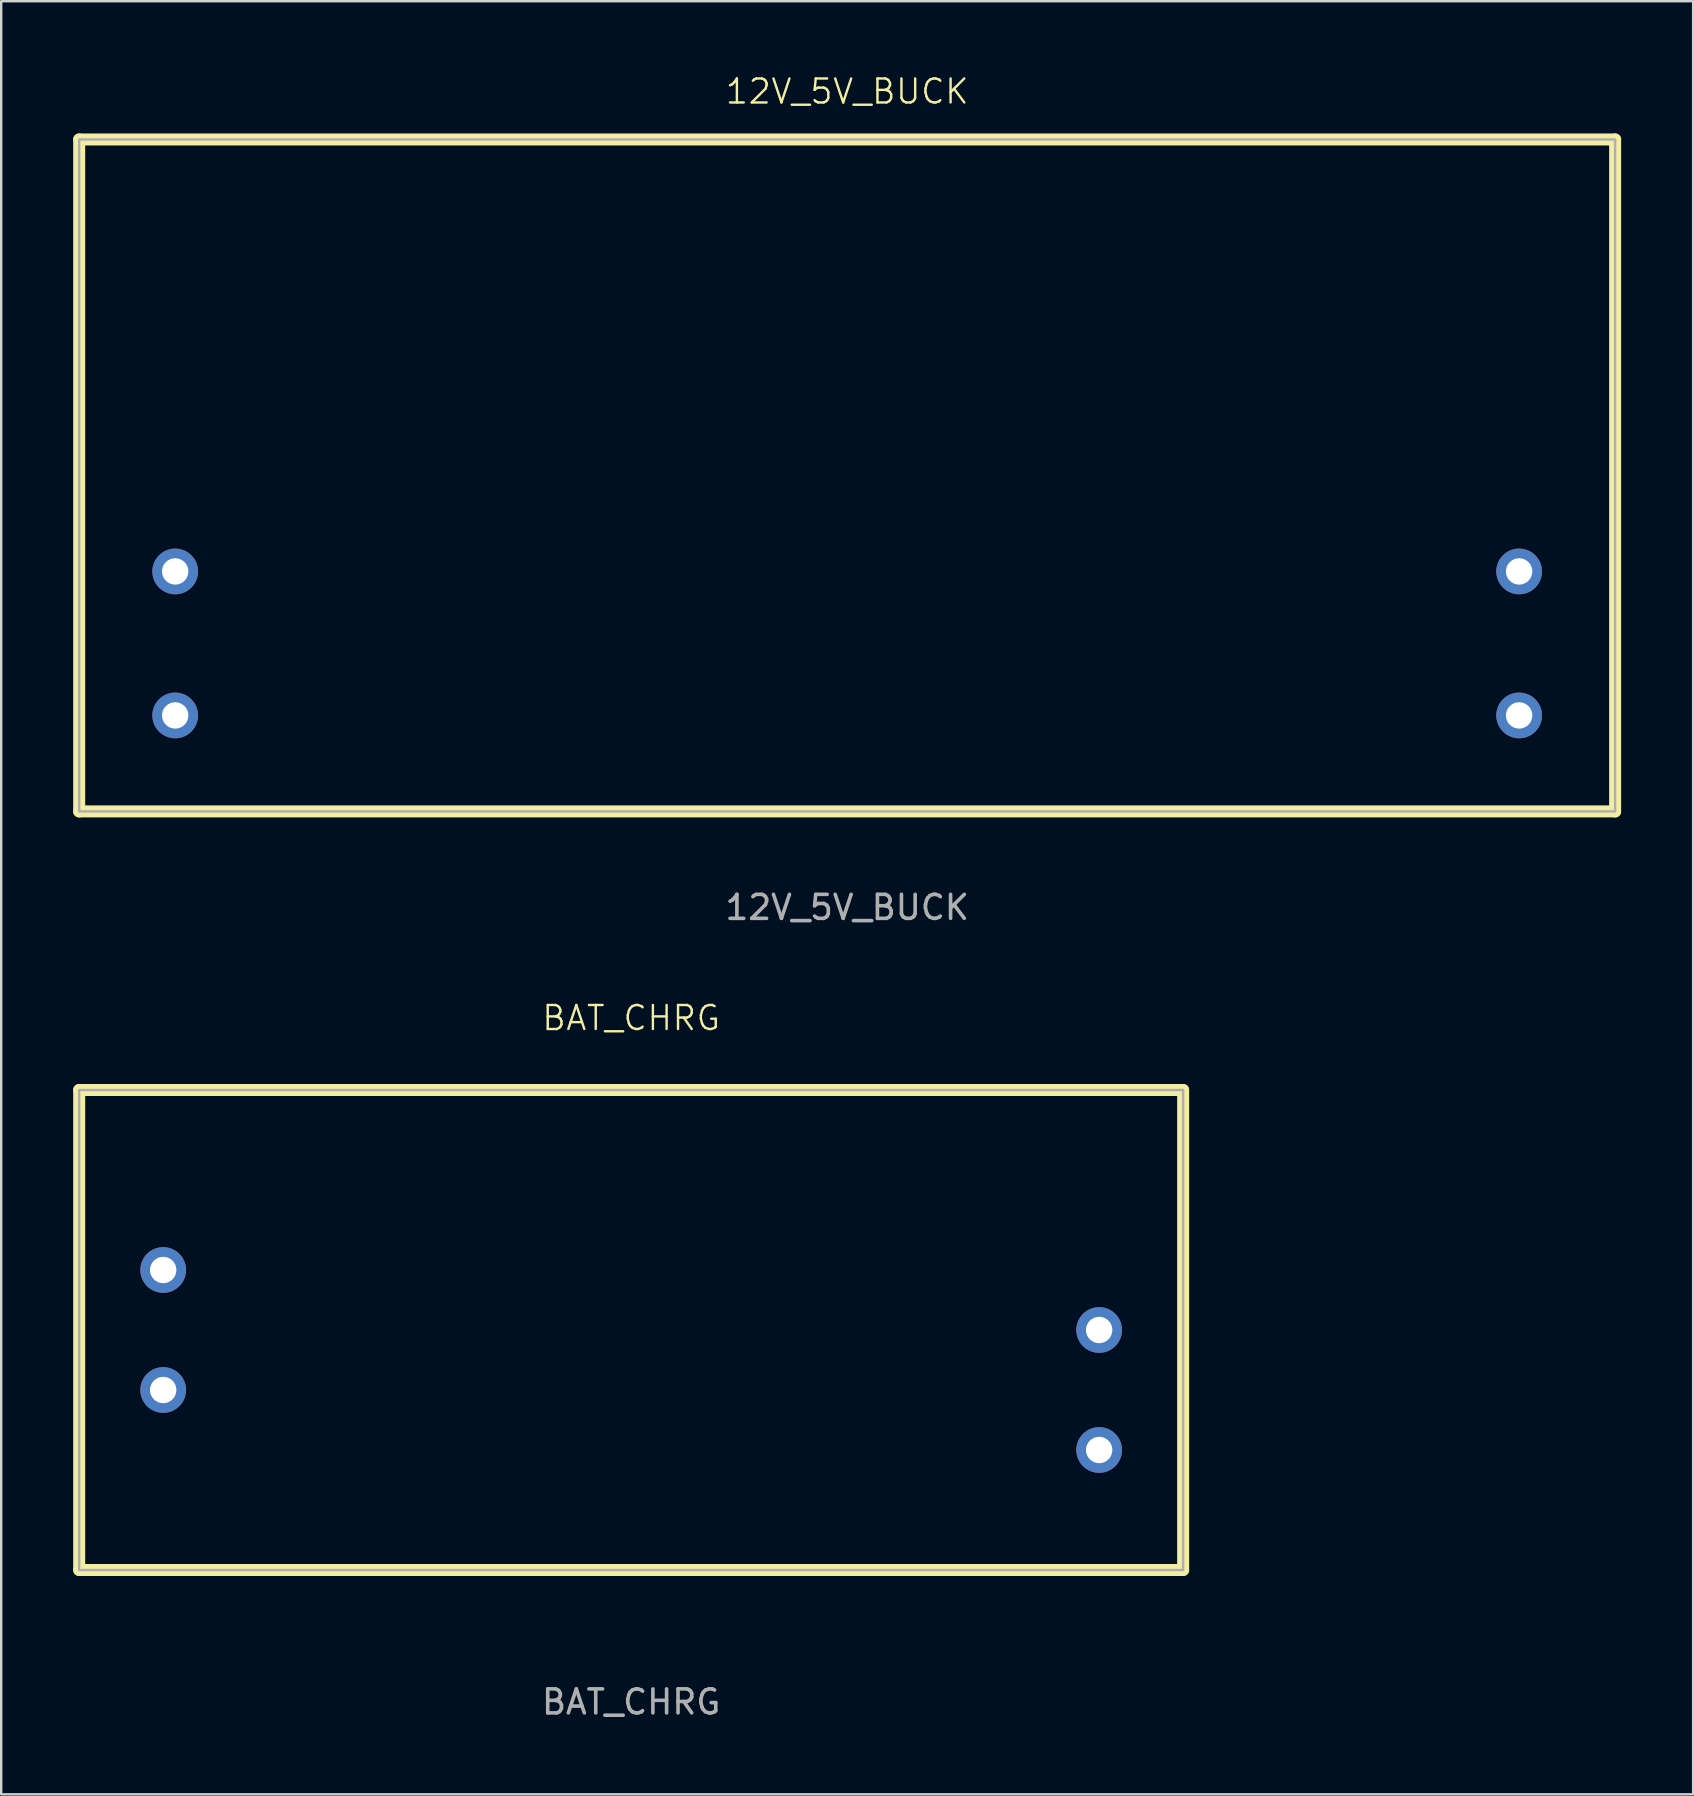
<source format=kicad_pcb>
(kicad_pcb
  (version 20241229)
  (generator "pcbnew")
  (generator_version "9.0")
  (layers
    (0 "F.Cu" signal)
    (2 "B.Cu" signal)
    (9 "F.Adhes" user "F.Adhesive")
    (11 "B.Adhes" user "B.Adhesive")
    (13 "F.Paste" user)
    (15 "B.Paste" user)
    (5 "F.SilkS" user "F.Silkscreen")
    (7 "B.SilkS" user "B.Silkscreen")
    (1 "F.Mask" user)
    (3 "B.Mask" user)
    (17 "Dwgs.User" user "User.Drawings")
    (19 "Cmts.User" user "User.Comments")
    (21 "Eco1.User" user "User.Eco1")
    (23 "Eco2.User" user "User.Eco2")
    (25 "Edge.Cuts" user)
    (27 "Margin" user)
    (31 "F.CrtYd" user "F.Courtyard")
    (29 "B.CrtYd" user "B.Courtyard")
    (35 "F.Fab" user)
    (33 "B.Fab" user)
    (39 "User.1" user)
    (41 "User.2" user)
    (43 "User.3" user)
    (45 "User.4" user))
  (footprint "BAT_CHRG"
    (layer "F.Cu")
    (at 23.25 52.369)
    (property "Reference" "BAT_CHRG" (at 0 -13 0) (unlocked yes) (layer "F.SilkS") (effects (font (size 1 1) (thickness 0.1))))
    (attr smd)
    (fp_line (start -23 -10) (end 23 -10) (stroke (width 0.5) (type solid)) (layer "F.SilkS"))
    (fp_line (start -23 10) (end -23 -10) (stroke (width 0.5) (type solid)) (layer "F.SilkS"))
    (fp_line (start 23 -10) (end 23 10) (stroke (width 0.5) (type solid)) (layer "F.SilkS"))
    (fp_line (start 23 10) (end -23 10) (stroke (width 0.5) (type solid)) (layer "F.SilkS"))
    (fp_rect (start -23 -10) (end 23 10) (stroke (width 0.1) (type solid)) (fill no) (layer "F.Fab"))
    (fp_text user "${REFERENCE}" (at 0 15.5 0) (unlocked yes) (layer "F.Fab") (effects (font (size 1 1) (thickness 0.15))))
    (pad "1" thru_hole circle (at 19.5 0) (size 1.905 1.905) (drill 1.1) (layers "*.Cu" "*.Mask"))
    (pad "2" thru_hole circle (at 19.5 5) (size 1.905 1.905) (drill 1.1) (layers "*.Cu" "*.Mask"))
    (pad "3" thru_hole circle (at -19.5 2.5) (size 1.905 1.905) (drill 1.1) (layers "*.Cu" "*.Mask"))
    (pad "4" thru_hole circle (at -19.5 -2.5) (size 1.905 1.905) (drill 1.1) (layers "*.Cu" "*.Mask")))
  (footprint "12V_5V_BUCK"
    (layer "F.Cu")
    (at 32.25 16.761)
    (property "Reference" "12V_5V_BUCK" (at 0 -16 0) (unlocked yes) (layer "F.SilkS") (effects (font (size 1 1) (thickness 0.1))))
    (attr smd)
    (fp_line (start -32 -14) (end 32 -14) (stroke (width 0.5) (type solid)) (layer "F.SilkS"))
    (fp_line (start -32 14) (end -32 -14) (stroke (width 0.5) (type solid)) (layer "F.SilkS"))
    (fp_line (start 32 -14) (end 32 14) (stroke (width 0.5) (type solid)) (layer "F.SilkS"))
    (fp_line (start 32 14) (end -32 14) (stroke (width 0.5) (type solid)) (layer "F.SilkS"))
    (fp_rect (start -32 -14) (end 32 14) (stroke (width 0.1) (type solid)) (fill no) (layer "F.Fab"))
    (fp_text user "${REFERENCE}" (at 0 18 0) (unlocked yes) (layer "F.Fab") (effects (font (size 1 1) (thickness 0.15))))
    (pad "1" thru_hole circle (at 28 4) (size 1.905 1.905) (drill 1.1) (layers "*.Cu" "*.Mask"))
    (pad "2" thru_hole circle (at 28 10) (size 1.905 1.905) (drill 1.1) (layers "*.Cu" "*.Mask"))
    (pad "3" thru_hole circle (at -28 10) (size 1.905 1.905) (drill 1.1) (layers "*.Cu" "*.Mask"))
    (pad "4" thru_hole circle (at -28 4) (size 1.905 1.905) (drill 1.1) (layers "*.Cu" "*.Mask")))
  (gr_rect
    (start -3 -3)
    (end 67.5 71.718)
    (stroke (width 0.1) (type default))
    (fill no)
    (layer "Edge.Cuts")))
</source>
